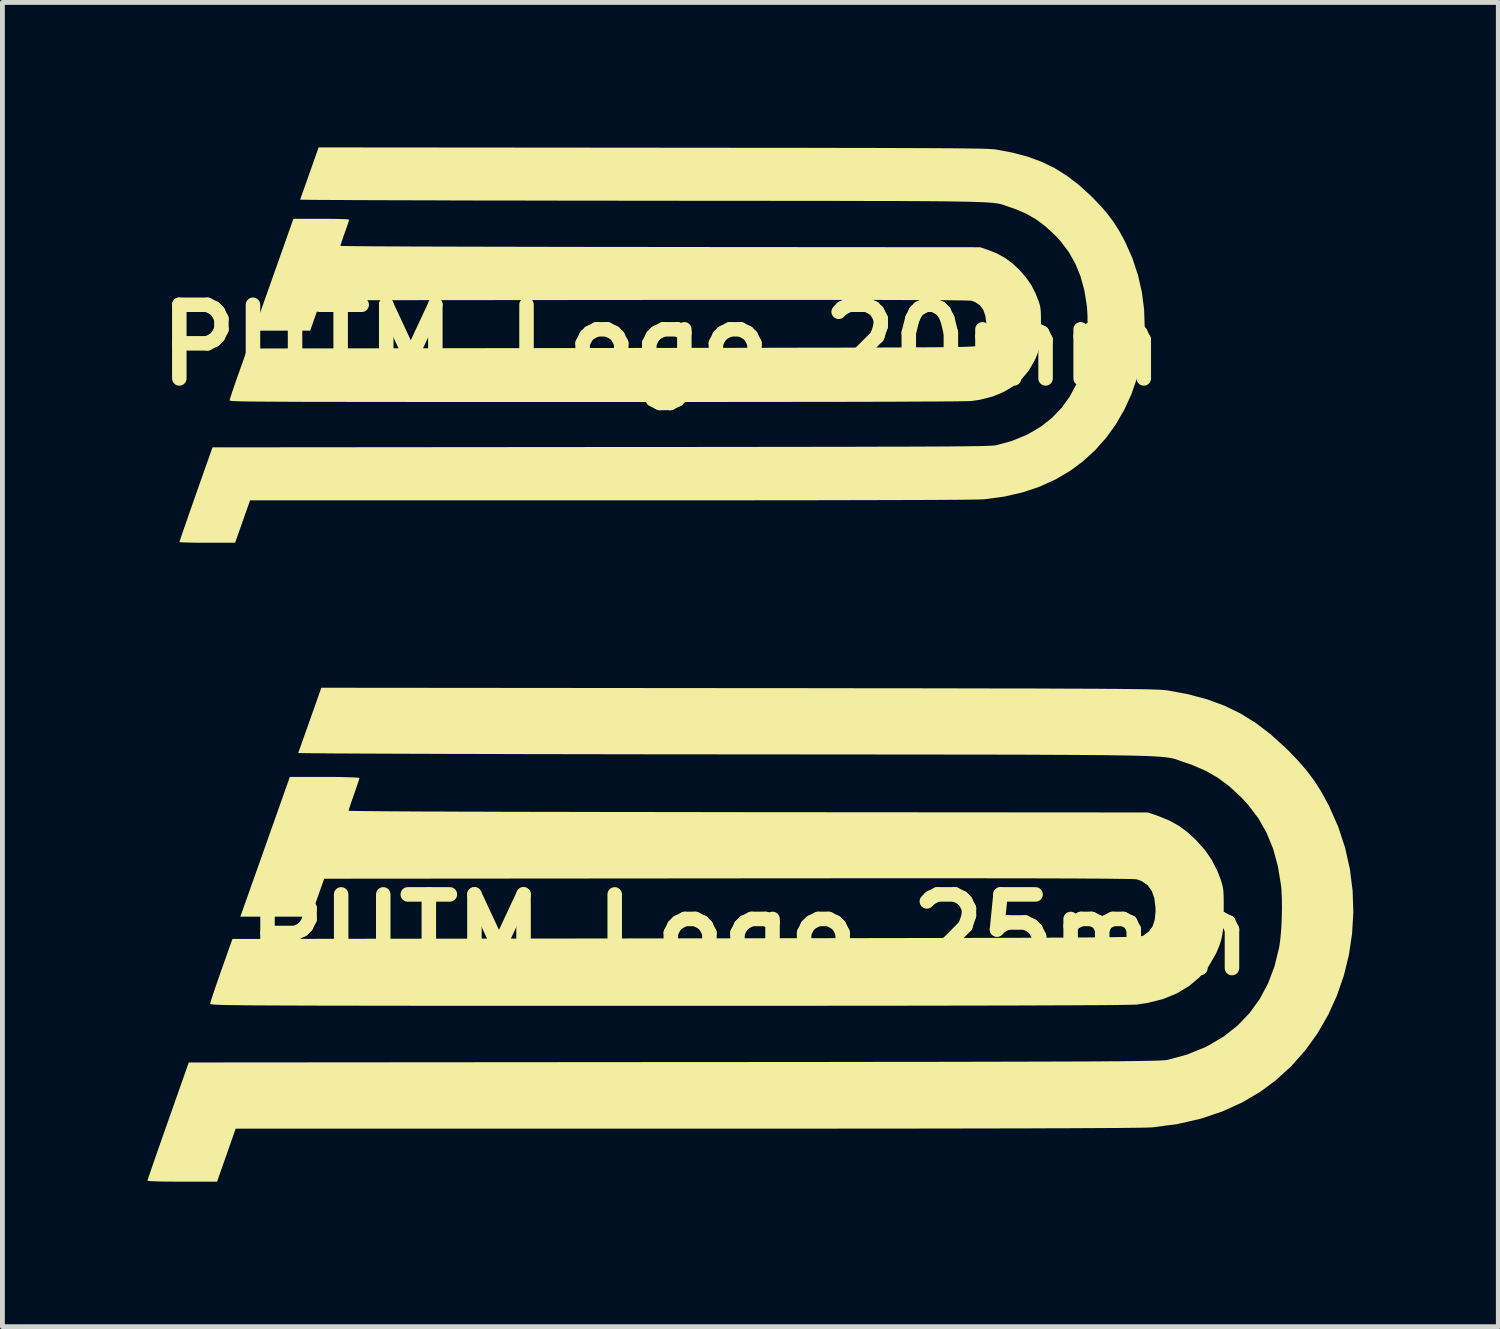
<source format=kicad_pcb>
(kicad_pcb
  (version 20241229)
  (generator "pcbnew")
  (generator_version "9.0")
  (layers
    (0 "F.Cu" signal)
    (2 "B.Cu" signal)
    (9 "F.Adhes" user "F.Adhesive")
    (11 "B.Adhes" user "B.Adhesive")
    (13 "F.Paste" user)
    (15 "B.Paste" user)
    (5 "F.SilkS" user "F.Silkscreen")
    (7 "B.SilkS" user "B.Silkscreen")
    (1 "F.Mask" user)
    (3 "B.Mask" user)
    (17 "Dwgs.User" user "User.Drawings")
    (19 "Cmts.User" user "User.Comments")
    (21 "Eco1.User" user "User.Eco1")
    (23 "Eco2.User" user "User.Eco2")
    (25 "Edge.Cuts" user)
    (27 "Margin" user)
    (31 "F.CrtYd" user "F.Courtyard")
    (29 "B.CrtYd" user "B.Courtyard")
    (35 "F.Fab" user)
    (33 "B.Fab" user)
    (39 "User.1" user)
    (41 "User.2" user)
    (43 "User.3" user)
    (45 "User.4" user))
  (footprint "PUTM_Logo_20mm"
    (layer "F.Cu")
    (at 10.639 4.091)
    (property "Reference" "PUTM_Logo_20mm" (at 0 0 0) (layer "F.SilkS") (effects (font (size 1.524 1.524) (thickness 0.3))))
    (attr board_only exclude_from_pos_files exclude_from_bom allow_missing_courtyard)
    (fp_poly (pts (xy -6.893 -2.613) (xy -6.76 -2.612) (xy -6.645 -2.609) (xy -6.555 -2.606) (xy -6.493 -2.602) (xy -6.466 -2.597) (xy -6.465 -2.596) (xy -6.471 -2.572) (xy -6.488 -2.517) (xy -6.514 -2.44) (xy -6.546 -2.348) (xy -6.555 -2.326) (xy -6.588 -2.231) (xy -6.615 -2.15) (xy -6.635 -2.089) (xy -6.644 -2.057) (xy -6.644 -2.054) (xy -6.624 -2.052) (xy -6.566 -2.051) (xy -6.469 -2.049) (xy -6.334 -2.047) (xy -6.164 -2.046) (xy -5.957 -2.044) (xy -5.717 -2.043) (xy -5.442 -2.042) (xy -5.134 -2.04) (xy -4.795 -2.039) (xy -4.424 -2.038) (xy -4.023 -2.037) (xy -3.592 -2.036) (xy -3.133 -2.035) (xy -2.647 -2.034) (xy -2.133 -2.033) (xy -1.594 -2.032) (xy -1.03 -2.031) (xy -0.441 -2.031) (xy -0.025 -2.03) (xy 6.594 -2.025) (xy 6.754 -1.97) (xy 6.945 -1.894) (xy 7.111 -1.802) (xy 7.265 -1.687) (xy 7.393 -1.568) (xy 7.538 -1.405) (xy 7.652 -1.241) (xy 7.743 -1.062) (xy 7.795 -0.928) (xy 7.816 -0.868) (xy 7.831 -0.815) (xy 7.84 -0.763) (xy 7.847 -0.702) (xy 7.85 -0.624) (xy 7.851 -0.521) (xy 7.851 -0.419) (xy 7.85 -0.256) (xy 7.843 -0.125) (xy 7.831 -0.014) (xy 7.81 0.083) (xy 7.78 0.178) (xy 7.738 0.278) (xy 7.714 0.329) (xy 7.598 0.529) (xy 7.451 0.704) (xy 7.276 0.852) (xy 7.073 0.973) (xy 6.843 1.066) (xy 6.589 1.131) (xy 6.418 1.156) (xy 6.383 1.158) (xy 6.316 1.16) (xy 6.217 1.162) (xy 6.085 1.164) (xy 5.919 1.165) (xy 5.72 1.167) (xy 5.487 1.168) (xy 5.22 1.169) (xy 4.918 1.171) (xy 4.58 1.172) (xy 4.207 1.173) (xy 3.798 1.174) (xy 3.353 1.174) (xy 2.871 1.175) (xy 2.352 1.176) (xy 1.795 1.176) (xy 1.2 1.177) (xy 0.566 1.177) (xy -0.106 1.177) (xy -0.817 1.177) (xy -1.356 1.177) (xy -2.011 1.177) (xy -2.627 1.177) (xy -3.206 1.177) (xy -3.748 1.177) (xy -4.255 1.177) (xy -4.728 1.177) (xy -5.168 1.177) (xy -5.576 1.176) (xy -5.954 1.176) (xy -6.303 1.176) (xy -6.624 1.175) (xy -6.917 1.175) (xy -7.185 1.174) (xy -7.428 1.174) (xy -7.648 1.173) (xy -7.845 1.172) (xy -8.022 1.171) (xy -8.178 1.17) (xy -8.316 1.169) (xy -8.436 1.168) (xy -8.54 1.167) (xy -8.629 1.165) (xy -8.703 1.164) (xy -8.765 1.162) (xy -8.815 1.16) (xy -8.855 1.158) (xy -8.885 1.156) (xy -8.907 1.153) (xy -8.922 1.151) (xy -8.932 1.148) (xy -8.936 1.145) (xy -8.938 1.142) (xy -8.938 1.142) (xy -8.931 1.115) (xy -8.912 1.055) (xy -8.884 0.968) (xy -8.847 0.86) (xy -8.804 0.734) (xy -8.755 0.597) (xy -8.752 0.589) (xy -8.568 0.07) (xy -1.057 0.06) (xy -0.404 0.059) (xy 0.21 0.058) (xy 0.786 0.057) (xy 1.326 0.057) (xy 1.83 0.056) (xy 2.301 0.055) (xy 2.739 0.054) (xy 3.146 0.053) (xy 3.522 0.053) (xy 3.869 0.052) (xy 4.187 0.051) (xy 4.479 0.05) (xy 4.746 0.049) (xy 4.988 0.048) (xy 5.206 0.047) (xy 5.403 0.046) (xy 5.579 0.045) (xy 5.735 0.044) (xy 5.872 0.042) (xy 5.993 0.041) (xy 6.097 0.039) (xy 6.186 0.038) (xy 6.262 0.036) (xy 6.325 0.034) (xy 6.376 0.032) (xy 6.418 0.03) (xy 6.45 0.028) (xy 6.475 0.025) (xy 6.493 0.023) (xy 6.506 0.02) (xy 6.514 0.017) (xy 6.517 0.016) (xy 6.608 -0.05) (xy 6.671 -0.135) (xy 6.708 -0.244) (xy 6.722 -0.38) (xy 6.72 -0.456) (xy 6.7 -0.608) (xy 6.658 -0.729) (xy 6.59 -0.821) (xy 6.497 -0.886) (xy 6.415 -0.917) (xy 6.396 -0.919) (xy 6.355 -0.921) (xy 6.292 -0.923) (xy 6.204 -0.925) (xy 6.093 -0.926) (xy 5.955 -0.928) (xy 5.792 -0.929) (xy 5.601 -0.93) (xy 5.383 -0.931) (xy 5.136 -0.932) (xy 4.859 -0.933) (xy 4.551 -0.934) (xy 4.212 -0.934) (xy 3.841 -0.935) (xy 3.437 -0.935) (xy 2.998 -0.935) (xy 2.525 -0.935) (xy 2.017 -0.935) (xy 1.471 -0.935) (xy 0.889 -0.935) (xy 0.268 -0.934) (xy -0.357 -0.934) (xy -7.049 -0.928) (xy -7.16 -0.614) (xy -7.271 -0.299) (xy -8.438 -0.299) (xy -8.411 -0.374) (xy -8.398 -0.413) (xy -8.372 -0.484) (xy -8.337 -0.584) (xy -8.293 -0.707) (xy -8.242 -0.851) (xy -8.186 -1.01) (xy -8.126 -1.179) (xy -8.063 -1.356) (xy -8 -1.535) (xy -7.937 -1.711) (xy -7.877 -1.882) (xy -7.82 -2.041) (xy -7.769 -2.186) (xy -7.725 -2.311) (xy -7.689 -2.412) (xy -7.663 -2.485) (xy -7.649 -2.526) (xy -7.648 -2.529) (xy -7.618 -2.614) (xy -7.041 -2.614)) (stroke (width 0) (type solid)) (fill yes) (layer "F.SilkS"))
    (fp_poly (pts (xy -0.191 -4.085) (xy 0.437 -4.084) (xy 1.025 -4.084) (xy 1.577 -4.083) (xy 2.092 -4.083) (xy 2.573 -4.082) (xy 3.02 -4.082) (xy 3.434 -4.081) (xy 3.818 -4.08) (xy 4.171 -4.08) (xy 4.496 -4.079) (xy 4.794 -4.078) (xy 5.066 -4.077) (xy 5.313 -4.076) (xy 5.536 -4.075) (xy 5.737 -4.074) (xy 5.917 -4.073) (xy 6.078 -4.072) (xy 6.22 -4.07) (xy 6.345 -4.069) (xy 6.453 -4.067) (xy 6.548 -4.066) (xy 6.628 -4.064) (xy 6.697 -4.062) (xy 6.754 -4.06) (xy 6.802 -4.057) (xy 6.842 -4.055) (xy 6.874 -4.052) (xy 6.901 -4.049) (xy 6.923 -4.046) (xy 6.925 -4.046) (xy 7.266 -3.982) (xy 7.577 -3.899) (xy 7.862 -3.794) (xy 8.129 -3.665) (xy 8.382 -3.508) (xy 8.628 -3.321) (xy 8.872 -3.1) (xy 8.92 -3.053) (xy 9.089 -2.877) (xy 9.231 -2.711) (xy 9.355 -2.545) (xy 9.467 -2.368) (xy 9.575 -2.171) (xy 9.597 -2.128) (xy 9.747 -1.789) (xy 9.861 -1.441) (xy 9.941 -1.087) (xy 9.986 -0.73) (xy 9.998 -0.372) (xy 9.977 -0.016) (xy 9.924 0.335) (xy 9.84 0.678) (xy 9.725 1.011) (xy 9.58 1.329) (xy 9.405 1.632) (xy 9.202 1.915) (xy 8.971 2.176) (xy 8.712 2.412) (xy 8.464 2.596) (xy 8.156 2.778) (xy 7.824 2.929) (xy 7.47 3.048) (xy 7.095 3.134) (xy 6.7 3.188) (xy 6.658 3.191) (xy 6.614 3.193) (xy 6.536 3.195) (xy 6.422 3.197) (xy 6.272 3.199) (xy 6.087 3.201) (xy 5.866 3.202) (xy 5.608 3.204) (xy 5.314 3.205) (xy 4.983 3.206) (xy 4.615 3.207) (xy 4.209 3.208) (xy 3.766 3.209) (xy 3.285 3.21) (xy 2.766 3.211) (xy 2.209 3.211) (xy 1.613 3.212) (xy 0.978 3.212) (xy 0.304 3.212) (xy -0.41 3.212) (xy -1.056 3.212) (xy -8.514 3.212) (xy -8.824 4.09) (xy -9.4 4.09) (xy -9.547 4.09) (xy -9.68 4.088) (xy -9.795 4.086) (xy -9.886 4.083) (xy -9.948 4.08) (xy -9.976 4.076) (xy -9.977 4.075) (xy -9.971 4.054) (xy -9.952 3.999) (xy -9.923 3.913) (xy -9.884 3.801) (xy -9.837 3.665) (xy -9.783 3.509) (xy -9.722 3.337) (xy -9.658 3.153) (xy -9.635 3.088) (xy -9.292 2.116) (xy -1.259 2.109) (xy -0.581 2.109) (xy 0.058 2.108) (xy 0.659 2.108) (xy 1.224 2.107) (xy 1.754 2.107) (xy 2.249 2.106) (xy 2.712 2.106) (xy 3.143 2.105) (xy 3.543 2.104) (xy 3.913 2.104) (xy 4.256 2.103) (xy 4.571 2.102) (xy 4.86 2.102) (xy 5.124 2.101) (xy 5.364 2.1) (xy 5.582 2.099) (xy 5.778 2.098) (xy 5.954 2.097) (xy 6.111 2.095) (xy 6.25 2.094) (xy 6.372 2.093) (xy 6.478 2.091) (xy 6.57 2.09) (xy 6.649 2.088) (xy 6.715 2.086) (xy 6.771 2.084) (xy 6.816 2.082) (xy 6.853 2.08) (xy 6.882 2.077) (xy 6.905 2.075) (xy 6.922 2.072) (xy 6.928 2.071) (xy 7.24 1.986) (xy 7.538 1.865) (xy 7.602 1.833) (xy 7.857 1.682) (xy 8.083 1.502) (xy 8.281 1.295) (xy 8.448 1.063) (xy 8.586 0.805) (xy 8.693 0.523) (xy 8.768 0.217) (xy 8.77 0.207) (xy 8.788 0.075) (xy 8.802 -0.084) (xy 8.812 -0.259) (xy 8.816 -0.437) (xy 8.814 -0.608) (xy 8.806 -0.758) (xy 8.8 -0.817) (xy 8.749 -1.133) (xy 8.67 -1.422) (xy 8.562 -1.686) (xy 8.425 -1.928) (xy 8.256 -2.151) (xy 8.141 -2.276) (xy 7.95 -2.452) (xy 7.759 -2.596) (xy 7.558 -2.713) (xy 7.336 -2.809) (xy 7.208 -2.854) (xy 7.174 -2.865) (xy 7.144 -2.876) (xy 7.117 -2.885) (xy 7.092 -2.895) (xy 7.066 -2.903) (xy 7.04 -2.911) (xy 7.011 -2.919) (xy 6.979 -2.926) (xy 6.941 -2.932) (xy 6.898 -2.938) (xy 6.847 -2.944) (xy 6.788 -2.949) (xy 6.719 -2.953) (xy 6.639 -2.957) (xy 6.546 -2.961) (xy 6.439 -2.964) (xy 6.318 -2.967) (xy 6.181 -2.97) (xy 6.026 -2.972) (xy 5.852 -2.975) (xy 5.659 -2.976) (xy 5.444 -2.978) (xy 5.207 -2.979) (xy 4.946 -2.981) (xy 4.66 -2.982) (xy 4.347 -2.982) (xy 4.008 -2.983) (xy 3.639 -2.984) (xy 3.241 -2.984) (xy 2.811 -2.985) (xy 2.349 -2.985) (xy 1.852 -2.986) (xy 1.321 -2.986) (xy 0.754 -2.986) (xy 0.149 -2.987) (xy -0.396 -2.987) (xy -0.925 -2.988) (xy -1.444 -2.988) (xy -1.951 -2.989) (xy -2.446 -2.99) (xy -2.925 -2.991) (xy -3.389 -2.992) (xy -3.835 -2.992) (xy -4.262 -2.993) (xy -4.67 -2.995) (xy -5.055 -2.996) (xy -5.418 -2.997) (xy -5.756 -2.998) (xy -6.068 -2.999) (xy -6.353 -3) (xy -6.609 -3.002) (xy -6.835 -3.003) (xy -7.029 -3.004) (xy -7.191 -3.005) (xy -7.318 -3.007) (xy -7.409 -3.008) (xy -7.463 -3.009) (xy -7.479 -3.01) (xy -7.471 -3.033) (xy -7.451 -3.088) (xy -7.422 -3.171) (xy -7.384 -3.277) (xy -7.34 -3.4) (xy -7.292 -3.537) (xy -7.284 -3.559) (xy -7.096 -4.091)) (stroke (width 0) (type solid)) (fill yes) (layer "F.SilkS")))
  (footprint "PUTM_Logo_25mm"
    (layer "F.Cu")
    (at 12.464 16.292)
    (property "Reference" "PUTM_Logo_25mm" (at 0 0 0) (layer "F.SilkS") (effects (font (size 1.524 1.524) (thickness 0.3))))
    (attr board_only exclude_from_pos_files exclude_from_bom allow_missing_courtyard)
    (fp_poly (pts (xy -8.612 -3.265) (xy -8.445 -3.263) (xy -8.302 -3.259) (xy -8.189 -3.255) (xy -8.112 -3.25) (xy -8.077 -3.245) (xy -8.076 -3.243) (xy -8.084 -3.213) (xy -8.106 -3.145) (xy -8.138 -3.049) (xy -8.178 -2.934) (xy -8.188 -2.905) (xy -8.23 -2.787) (xy -8.264 -2.685) (xy -8.289 -2.61) (xy -8.3 -2.569) (xy -8.3 -2.566) (xy -8.276 -2.564) (xy -8.202 -2.562) (xy -8.081 -2.56) (xy -7.913 -2.558) (xy -7.7 -2.556) (xy -7.442 -2.554) (xy -7.142 -2.552) (xy -6.798 -2.55) (xy -6.414 -2.549) (xy -5.99 -2.547) (xy -5.527 -2.546) (xy -5.026 -2.544) (xy -4.488 -2.543) (xy -3.915 -2.542) (xy -3.307 -2.541) (xy -2.665 -2.539) (xy -1.991 -2.539) (xy -1.286 -2.538) (xy -0.551 -2.537) (xy -0.031 -2.536) (xy 8.238 -2.53) (xy 8.438 -2.462) (xy 8.676 -2.366) (xy 8.884 -2.251) (xy 9.076 -2.107) (xy 9.235 -1.958) (xy 9.417 -1.756) (xy 9.559 -1.55) (xy 9.674 -1.326) (xy 9.739 -1.159) (xy 9.764 -1.084) (xy 9.782 -1.019) (xy 9.795 -0.953) (xy 9.803 -0.877) (xy 9.807 -0.78) (xy 9.808 -0.651) (xy 9.808 -0.523) (xy 9.806 -0.32) (xy 9.798 -0.156) (xy 9.782 -0.018) (xy 9.757 0.104) (xy 9.719 0.222) (xy 9.667 0.347) (xy 9.637 0.411) (xy 9.491 0.661) (xy 9.308 0.879) (xy 9.089 1.064) (xy 8.835 1.215) (xy 8.549 1.332) (xy 8.231 1.412) (xy 8.018 1.444) (xy 7.974 1.447) (xy 7.89 1.449) (xy 7.766 1.451) (xy 7.601 1.454) (xy 7.395 1.456) (xy 7.146 1.458) (xy 6.855 1.459) (xy 6.521 1.461) (xy 6.144 1.462) (xy 5.722 1.464) (xy 5.256 1.465) (xy 4.745 1.466) (xy 4.189 1.467) (xy 3.587 1.468) (xy 2.938 1.469) (xy 2.242 1.469) (xy 1.499 1.47) (xy 0.707 1.47) (xy -0.132 1.47) (xy -1.021 1.471) (xy -1.694 1.471) (xy -2.512 1.471) (xy -3.282 1.471) (xy -4.005 1.471) (xy -4.682 1.47) (xy -5.315 1.47) (xy -5.906 1.47) (xy -6.456 1.47) (xy -6.966 1.47) (xy -7.439 1.469) (xy -7.874 1.469) (xy -8.275 1.468) (xy -8.641 1.468) (xy -8.976 1.467) (xy -9.28 1.466) (xy -9.554 1.465) (xy -9.801 1.464) (xy -10.021 1.463) (xy -10.217 1.462) (xy -10.389 1.461) (xy -10.539 1.459) (xy -10.669 1.457) (xy -10.779 1.456) (xy -10.873 1.454) (xy -10.95 1.451) (xy -11.012 1.449) (xy -11.062 1.447) (xy -11.1 1.444) (xy -11.127 1.441) (xy -11.146 1.438) (xy -11.158 1.435) (xy -11.164 1.431) (xy -11.166 1.427) (xy -11.166 1.427) (xy -11.157 1.393) (xy -11.134 1.318) (xy -11.098 1.21) (xy -11.052 1.074) (xy -10.998 0.917) (xy -10.938 0.746) (xy -10.934 0.735) (xy -10.704 0.087) (xy -1.32 0.075) (xy -0.505 0.074) (xy 0.262 0.073) (xy 0.982 0.072) (xy 1.656 0.071) (xy 2.287 0.07) (xy 2.875 0.069) (xy 3.422 0.068) (xy 3.93 0.067) (xy 4.4 0.066) (xy 4.833 0.065) (xy 5.231 0.064) (xy 5.596 0.063) (xy 5.929 0.061) (xy 6.231 0.06) (xy 6.504 0.059) (xy 6.75 0.057) (xy 6.969 0.056) (xy 7.164 0.054) (xy 7.336 0.053) (xy 7.487 0.051) (xy 7.617 0.049) (xy 7.728 0.047) (xy 7.823 0.045) (xy 7.901 0.042) (xy 7.966 0.04) (xy 8.018 0.037) (xy 8.058 0.035) (xy 8.089 0.031) (xy 8.112 0.028) (xy 8.128 0.025) (xy 8.138 0.021) (xy 8.142 0.02) (xy 8.255 -0.063) (xy 8.334 -0.169) (xy 8.38 -0.305) (xy 8.397 -0.475) (xy 8.395 -0.57) (xy 8.371 -0.76) (xy 8.317 -0.911) (xy 8.233 -1.025) (xy 8.116 -1.107) (xy 8.014 -1.145) (xy 7.99 -1.148) (xy 7.939 -1.151) (xy 7.86 -1.153) (xy 7.751 -1.155) (xy 7.611 -1.157) (xy 7.44 -1.159) (xy 7.236 -1.161) (xy 6.998 -1.162) (xy 6.725 -1.164) (xy 6.416 -1.165) (xy 6.07 -1.166) (xy 5.685 -1.167) (xy 5.262 -1.167) (xy 4.798 -1.168) (xy 4.293 -1.168) (xy 3.746 -1.168) (xy 3.155 -1.168) (xy 2.519 -1.168) (xy 1.838 -1.168) (xy 1.11 -1.167) (xy 0.335 -1.167) (xy -0.446 -1.166) (xy -8.806 -1.159) (xy -9.083 -0.374) (xy -10.542 -0.374) (xy -10.508 -0.467) (xy -10.491 -0.515) (xy -10.459 -0.605) (xy -10.415 -0.729) (xy -10.36 -0.884) (xy -10.297 -1.063) (xy -10.226 -1.261) (xy -10.151 -1.473) (xy -10.073 -1.694) (xy -9.994 -1.917) (xy -9.916 -2.138) (xy -9.84 -2.351) (xy -9.77 -2.55) (xy -9.706 -2.731) (xy -9.65 -2.887) (xy -9.606 -3.013) (xy -9.573 -3.105) (xy -9.556 -3.155) (xy -9.554 -3.159) (xy -9.517 -3.265) (xy -8.797 -3.265)) (stroke (width 0) (type solid)) (fill yes) (layer "F.SilkS"))
    (fp_poly (pts (xy -0.239 -5.103) (xy 0.545 -5.103) (xy 1.281 -5.102) (xy 1.97 -5.101) (xy 2.614 -5.1) (xy 3.214 -5.1) (xy 3.772 -5.099) (xy 4.29 -5.098) (xy 4.769 -5.097) (xy 5.211 -5.096) (xy 5.617 -5.096) (xy 5.989 -5.095) (xy 6.328 -5.093) (xy 6.637 -5.092) (xy 6.916 -5.091) (xy 7.167 -5.09) (xy 7.393 -5.088) (xy 7.593 -5.087) (xy 7.77 -5.085) (xy 7.926 -5.083) (xy 8.062 -5.081) (xy 8.18 -5.079) (xy 8.28 -5.077) (xy 8.366 -5.074) (xy 8.438 -5.071) (xy 8.498 -5.069) (xy 8.547 -5.066) (xy 8.588 -5.062) (xy 8.621 -5.059) (xy 8.648 -5.055) (xy 8.651 -5.055) (xy 9.077 -4.975) (xy 9.465 -4.871) (xy 9.822 -4.74) (xy 10.155 -4.578) (xy 10.471 -4.382) (xy 10.778 -4.148) (xy 11.083 -3.872) (xy 11.143 -3.814) (xy 11.354 -3.594) (xy 11.532 -3.387) (xy 11.687 -3.179) (xy 11.827 -2.959) (xy 11.962 -2.712) (xy 11.989 -2.658) (xy 12.177 -2.235) (xy 12.319 -1.801) (xy 12.419 -1.358) (xy 12.475 -0.912) (xy 12.49 -0.464) (xy 12.464 -0.02) (xy 12.398 0.419) (xy 12.293 0.847) (xy 12.149 1.262) (xy 11.968 1.661) (xy 11.75 2.038) (xy 11.496 2.392) (xy 11.207 2.718) (xy 10.884 3.013) (xy 10.573 3.244) (xy 10.189 3.471) (xy 9.774 3.659) (xy 9.332 3.807) (xy 8.863 3.915) (xy 8.37 3.982) (xy 8.318 3.987) (xy 8.263 3.989) (xy 8.165 3.992) (xy 8.022 3.994) (xy 7.836 3.996) (xy 7.604 3.999) (xy 7.328 4) (xy 7.006 4.002) (xy 6.638 4.004) (xy 6.225 4.005) (xy 5.765 4.007) (xy 5.258 4.008) (xy 4.705 4.009) (xy 4.104 4.01) (xy 3.456 4.011) (xy 2.759 4.012) (xy 2.015 4.012) (xy 1.221 4.013) (xy 0.379 4.013) (xy -0.512 4.013) (xy -1.319 4.013) (xy -10.637 4.013) (xy -10.83 4.562) (xy -11.023 5.11) (xy -11.743 5.11) (xy -11.927 5.109) (xy -12.093 5.108) (xy -12.236 5.105) (xy -12.35 5.101) (xy -12.427 5.097) (xy -12.462 5.092) (xy -12.464 5.091) (xy -12.456 5.065) (xy -12.433 4.996) (xy -12.396 4.889) (xy -12.348 4.748) (xy -12.289 4.578) (xy -12.221 4.384) (xy -12.146 4.169) (xy -12.065 3.939) (xy -12.036 3.858) (xy -11.608 2.643) (xy -1.573 2.635) (xy -0.726 2.635) (xy 0.072 2.634) (xy 0.824 2.633) (xy 1.529 2.633) (xy 2.191 2.632) (xy 2.81 2.631) (xy 3.388 2.631) (xy 3.926 2.63) (xy 4.426 2.629) (xy 4.889 2.628) (xy 5.316 2.627) (xy 5.71 2.626) (xy 6.071 2.625) (xy 6.401 2.624) (xy 6.701 2.623) (xy 6.973 2.622) (xy 7.218 2.621) (xy 7.438 2.619) (xy 7.634 2.618) (xy 7.808 2.616) (xy 7.96 2.614) (xy 8.093 2.612) (xy 8.208 2.61) (xy 8.306 2.608) (xy 8.389 2.606) (xy 8.458 2.604) (xy 8.515 2.601) (xy 8.561 2.598) (xy 8.597 2.595) (xy 8.626 2.592) (xy 8.647 2.589) (xy 8.655 2.587) (xy 9.044 2.481) (xy 9.417 2.33) (xy 9.497 2.29) (xy 9.815 2.101) (xy 10.098 1.876) (xy 10.345 1.618) (xy 10.554 1.328) (xy 10.726 1.006) (xy 10.859 0.653) (xy 10.953 0.271) (xy 10.956 0.259) (xy 10.979 0.094) (xy 10.997 -0.105) (xy 11.008 -0.323) (xy 11.013 -0.547) (xy 11.011 -0.759) (xy 11.001 -0.946) (xy 10.994 -1.021) (xy 10.929 -1.416) (xy 10.831 -1.776) (xy 10.696 -2.106) (xy 10.525 -2.409) (xy 10.314 -2.688) (xy 10.17 -2.843) (xy 9.932 -3.064) (xy 9.693 -3.243) (xy 9.442 -3.389) (xy 9.165 -3.509) (xy 9.004 -3.565) (xy 8.962 -3.579) (xy 8.925 -3.592) (xy 8.891 -3.605) (xy 8.859 -3.616) (xy 8.828 -3.627) (xy 8.795 -3.637) (xy 8.759 -3.647) (xy 8.718 -3.655) (xy 8.672 -3.663) (xy 8.618 -3.671) (xy 8.554 -3.677) (xy 8.48 -3.684) (xy 8.394 -3.689) (xy 8.293 -3.695) (xy 8.178 -3.699) (xy 8.045 -3.703) (xy 7.893 -3.707) (xy 7.721 -3.71) (xy 7.528 -3.713) (xy 7.311 -3.716) (xy 7.069 -3.718) (xy 6.801 -3.72) (xy 6.504 -3.722) (xy 6.178 -3.723) (xy 5.821 -3.725) (xy 5.431 -3.726) (xy 5.007 -3.727) (xy 4.546 -3.727) (xy 4.049 -3.728) (xy 3.512 -3.729) (xy 2.934 -3.729) (xy 2.314 -3.73) (xy 1.651 -3.73) (xy 0.942 -3.731) (xy 0.186 -3.731) (xy -0.494 -3.732) (xy -1.156 -3.733) (xy -1.804 -3.733) (xy -2.438 -3.734) (xy -3.055 -3.735) (xy -3.654 -3.736) (xy -4.233 -3.737) (xy -4.791 -3.738) (xy -5.325 -3.74) (xy -5.834 -3.741) (xy -6.315 -3.742) (xy -6.768 -3.744) (xy -7.19 -3.745) (xy -7.58 -3.747) (xy -7.936 -3.748) (xy -8.256 -3.75) (xy -8.538 -3.751) (xy -8.781 -3.753) (xy -8.983 -3.755) (xy -9.142 -3.756) (xy -9.256 -3.758) (xy -9.324 -3.759) (xy -9.343 -3.761) (xy -9.333 -3.789) (xy -9.308 -3.858) (xy -9.272 -3.961) (xy -9.225 -4.094) (xy -9.17 -4.248) (xy -9.11 -4.419) (xy -9.1 -4.446) (xy -8.865 -5.111)) (stroke (width 0) (type solid)) (fill yes) (layer "F.SilkS")))
  (gr_rect
    (start -3 -3)
    (end 27.954 24.402)
    (stroke (width 0.1) (type default))
    (fill no)
    (layer "Edge.Cuts")))
</source>
